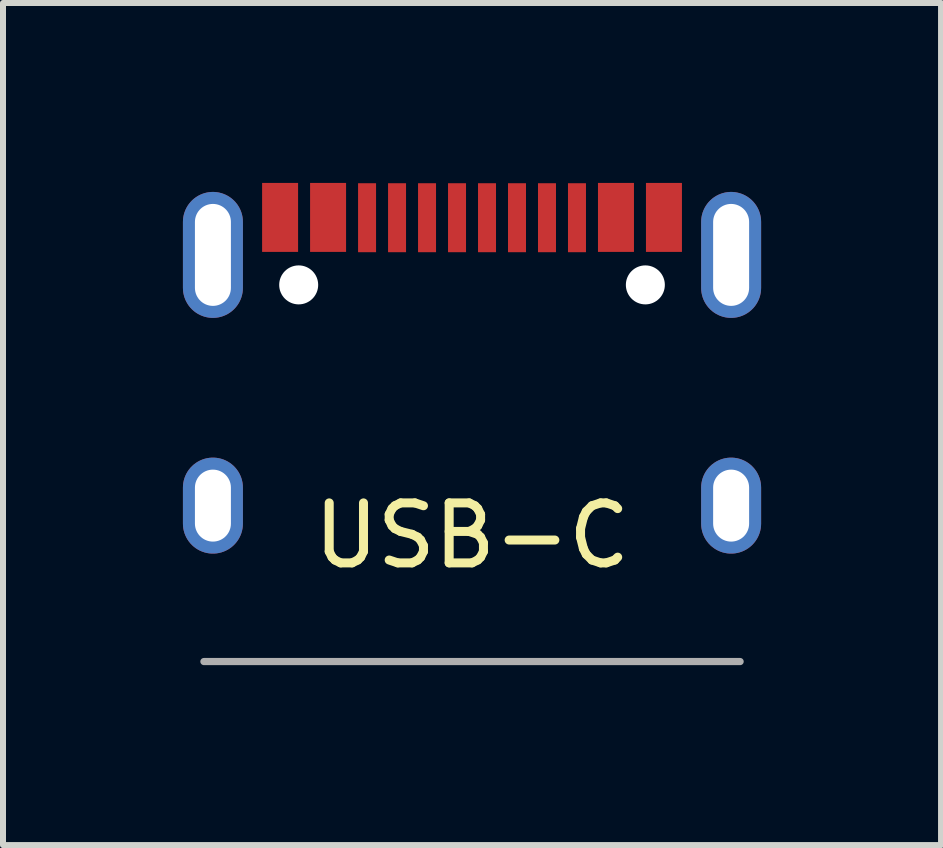
<source format=kicad_pcb>
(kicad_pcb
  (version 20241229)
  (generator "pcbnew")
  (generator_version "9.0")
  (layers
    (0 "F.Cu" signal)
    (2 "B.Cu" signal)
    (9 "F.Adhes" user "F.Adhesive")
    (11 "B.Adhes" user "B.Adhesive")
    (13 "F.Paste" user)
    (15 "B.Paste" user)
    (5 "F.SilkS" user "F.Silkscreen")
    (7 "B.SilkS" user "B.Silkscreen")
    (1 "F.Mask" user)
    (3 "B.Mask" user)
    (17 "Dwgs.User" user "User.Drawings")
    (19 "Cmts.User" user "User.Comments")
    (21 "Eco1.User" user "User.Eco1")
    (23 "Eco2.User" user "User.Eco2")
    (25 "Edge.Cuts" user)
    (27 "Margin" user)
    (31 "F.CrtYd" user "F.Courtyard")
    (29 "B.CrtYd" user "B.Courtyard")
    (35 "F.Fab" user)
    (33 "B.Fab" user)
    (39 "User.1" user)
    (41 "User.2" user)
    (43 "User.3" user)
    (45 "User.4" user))
  (footprint "USB-C"
    (layer "F.Cu")
    (at 4.82 5.38)
    (property "Reference" "USB-C" (at 0 0.5 0) (layer "F.SilkS") (effects (font (size 1 1) (thickness 0.15))))
    (attr smd)
    (fp_line (start -4.47 2.6) (end 4.47 2.6) (stroke (width 0.12) (type solid)) (layer "F.Fab"))
    (pad "" np_thru_hole circle (at -2.89 -3.68) (size 0.65 0.65) (drill 0.65) (layers "*.Cu" "*.Mask"))
    (pad "" np_thru_hole circle (at 2.89 -3.68) (size 0.65 0.65) (drill 0.65) (layers "*.Cu" "*.Mask"))
    (pad "A1" smd rect (at -3.2 -4.805) (size 0.6 1.15) (layers "F.Cu" "F.Mask" "F.Paste"))
    (pad "A4" smd rect (at -2.4 -4.805) (size 0.6 1.15) (layers "F.Cu" "F.Mask" "F.Paste"))
    (pad "A5" smd rect (at -1.25 -4.8) (size 0.3 1.15) (layers "F.Cu" "F.Mask" "F.Paste"))
    (pad "A6" smd rect (at -0.25 -4.8) (size 0.3 1.15) (layers "F.Cu" "F.Mask" "F.Paste"))
    (pad "A7" smd rect (at 0.25 -4.8) (size 0.3 1.15) (layers "F.Cu" "F.Mask" "F.Paste"))
    (pad "A8" smd rect (at -1.75 -4.8) (size 0.3 1.15) (layers "F.Cu" "F.Mask" "F.Paste"))
    (pad "A9" smd rect (at 2.4 -4.805) (size 0.6 1.15) (layers "F.Cu" "F.Mask" "F.Paste"))
    (pad "A12" smd rect (at 3.2 -4.805) (size 0.6 1.15) (layers "F.Cu" "F.Mask" "F.Paste"))
    (pad "B5" smd rect (at 1.75 -4.8) (size 0.3 1.15) (layers "F.Cu" "F.Mask" "F.Paste"))
    (pad "B6" smd rect (at 0.75 -4.8) (size 0.3 1.15) (layers "F.Cu" "F.Mask" "F.Paste"))
    (pad "B7" smd rect (at -0.75 -4.8) (size 0.3 1.15) (layers "F.Cu" "F.Mask" "F.Paste"))
    (pad "B8" smd rect (at 1.25 -4.8) (size 0.3 1.15) (layers "F.Cu" "F.Mask" "F.Paste"))
    (pad "S1" thru_hole oval (at -4.32 -4.18) (size 1 2.1) (drill oval 0.6 1.7) (layers "*.Cu" "*.Mask"))
    (pad "S1" thru_hole oval (at -4.32 0) (size 1 1.6) (drill oval 0.6 1.2) (layers "*.Cu" "*.Mask"))
    (pad "S1" thru_hole oval (at 4.32 -4.18) (size 1 2.1) (drill oval 0.6 1.7) (layers "*.Cu" "*.Mask"))
    (pad "S1" thru_hole oval (at 4.32 0) (size 1 1.6) (drill oval 0.6 1.2) (layers "*.Cu" "*.Mask")))
  (gr_rect
    (start -3 -3)
    (end 12.64 11.04)
    (stroke (width 0.1) (type default))
    (fill no)
    (layer "Edge.Cuts")))
</source>
